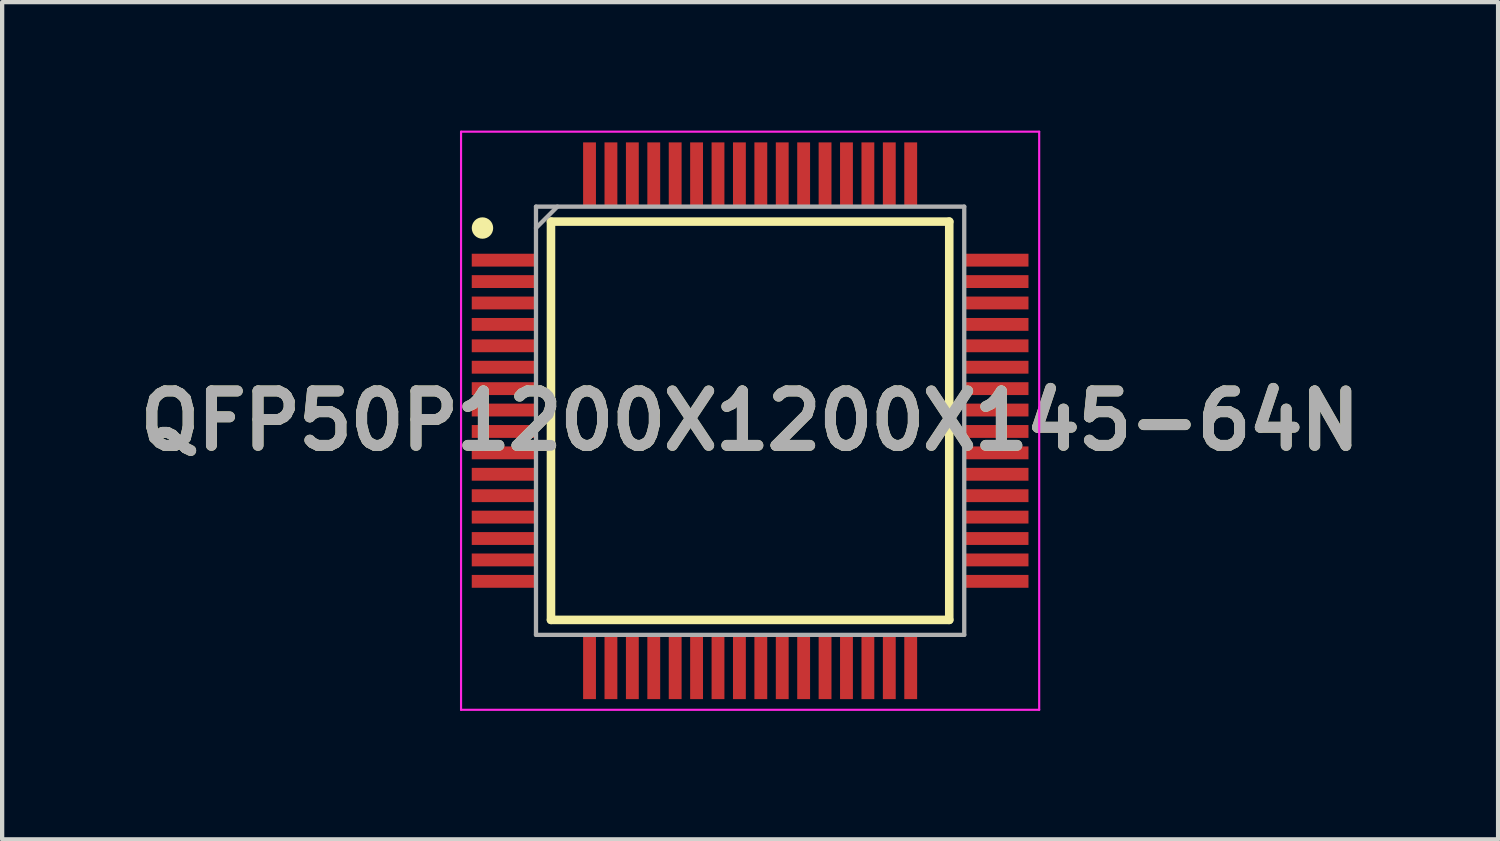
<source format=kicad_pcb>
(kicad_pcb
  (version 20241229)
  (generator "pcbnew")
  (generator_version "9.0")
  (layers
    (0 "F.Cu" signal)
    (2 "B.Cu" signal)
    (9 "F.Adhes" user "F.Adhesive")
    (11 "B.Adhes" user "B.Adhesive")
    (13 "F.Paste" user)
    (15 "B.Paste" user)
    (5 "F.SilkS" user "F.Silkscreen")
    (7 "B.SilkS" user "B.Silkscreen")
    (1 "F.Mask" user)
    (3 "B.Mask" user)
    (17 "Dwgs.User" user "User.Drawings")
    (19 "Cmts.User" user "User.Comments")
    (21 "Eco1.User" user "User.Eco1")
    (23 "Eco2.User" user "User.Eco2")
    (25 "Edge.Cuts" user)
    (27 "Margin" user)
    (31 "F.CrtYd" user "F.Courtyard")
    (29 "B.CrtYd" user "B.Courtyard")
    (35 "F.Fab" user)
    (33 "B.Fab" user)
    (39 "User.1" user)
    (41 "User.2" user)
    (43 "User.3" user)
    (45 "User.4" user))
  (footprint "QFP50P1200X1200X145-64N"
    (layer "F.Cu")
    (at 14.466 6.775)
    (property "Reference" "QFP50P1200X1200X145-64N" (at 0 0 0) (layer "F.SilkS") (effects (font (size 1.27 1.27) (thickness 0.254))))
    (attr smd)
    (fp_line (start -4.65 -4.65) (end 4.65 -4.65) (stroke (width 0.2) (type solid)) (layer "F.SilkS"))
    (fp_line (start -4.65 4.65) (end -4.65 -4.65) (stroke (width 0.2) (type solid)) (layer "F.SilkS"))
    (fp_line (start 4.65 -4.65) (end 4.65 4.65) (stroke (width 0.2) (type solid)) (layer "F.SilkS"))
    (fp_line (start 4.65 4.65) (end -4.65 4.65) (stroke (width 0.2) (type solid)) (layer "F.SilkS"))
    (fp_circle (center -6.25 -4.5) (end -6.25 -4.375) (stroke (width 0.25) (type solid)) (fill no) (layer "F.SilkS"))
    (fp_line (start -6.75 -6.75) (end 6.75 -6.75) (stroke (width 0.05) (type solid)) (layer "F.CrtYd"))
    (fp_line (start -6.75 6.75) (end -6.75 -6.75) (stroke (width 0.05) (type solid)) (layer "F.CrtYd"))
    (fp_line (start 6.75 -6.75) (end 6.75 6.75) (stroke (width 0.05) (type solid)) (layer "F.CrtYd"))
    (fp_line (start 6.75 6.75) (end -6.75 6.75) (stroke (width 0.05) (type solid)) (layer "F.CrtYd"))
    (fp_line (start -5 -5) (end 5 -5) (stroke (width 0.1) (type solid)) (layer "F.Fab"))
    (fp_line (start -5 -4.5) (end -4.5 -5) (stroke (width 0.1) (type solid)) (layer "F.Fab"))
    (fp_line (start -5 5) (end -5 -5) (stroke (width 0.1) (type solid)) (layer "F.Fab"))
    (fp_line (start 5 -5) (end 5 5) (stroke (width 0.1) (type solid)) (layer "F.Fab"))
    (fp_line (start 5 5) (end -5 5) (stroke (width 0.1) (type solid)) (layer "F.Fab"))
    (fp_text user "${REFERENCE}" (at 0 0 0) (layer "F.Fab") (effects (font (size 1.27 1.27) (thickness 0.254))))
    (pad "1" smd rect (at -5.75 -3.75 90) (size 0.3 1.5) (layers "F.Cu" "F.Mask" "F.Paste"))
    (pad "2" smd rect (at -5.75 -3.25 90) (size 0.3 1.5) (layers "F.Cu" "F.Mask" "F.Paste"))
    (pad "3" smd rect (at -5.75 -2.75 90) (size 0.3 1.5) (layers "F.Cu" "F.Mask" "F.Paste"))
    (pad "4" smd rect (at -5.75 -2.25 90) (size 0.3 1.5) (layers "F.Cu" "F.Mask" "F.Paste"))
    (pad "5" smd rect (at -5.75 -1.75 90) (size 0.3 1.5) (layers "F.Cu" "F.Mask" "F.Paste"))
    (pad "6" smd rect (at -5.75 -1.25 90) (size 0.3 1.5) (layers "F.Cu" "F.Mask" "F.Paste"))
    (pad "7" smd rect (at -5.75 -0.75 90) (size 0.3 1.5) (layers "F.Cu" "F.Mask" "F.Paste"))
    (pad "8" smd rect (at -5.75 -0.25 90) (size 0.3 1.5) (layers "F.Cu" "F.Mask" "F.Paste"))
    (pad "9" smd rect (at -5.75 0.25 90) (size 0.3 1.5) (layers "F.Cu" "F.Mask" "F.Paste"))
    (pad "10" smd rect (at -5.75 0.75 90) (size 0.3 1.5) (layers "F.Cu" "F.Mask" "F.Paste"))
    (pad "11" smd rect (at -5.75 1.25 90) (size 0.3 1.5) (layers "F.Cu" "F.Mask" "F.Paste"))
    (pad "12" smd rect (at -5.75 1.75 90) (size 0.3 1.5) (layers "F.Cu" "F.Mask" "F.Paste"))
    (pad "13" smd rect (at -5.75 2.25 90) (size 0.3 1.5) (layers "F.Cu" "F.Mask" "F.Paste"))
    (pad "14" smd rect (at -5.75 2.75 90) (size 0.3 1.5) (layers "F.Cu" "F.Mask" "F.Paste"))
    (pad "15" smd rect (at -5.75 3.25 90) (size 0.3 1.5) (layers "F.Cu" "F.Mask" "F.Paste"))
    (pad "16" smd rect (at -5.75 3.75 90) (size 0.3 1.5) (layers "F.Cu" "F.Mask" "F.Paste"))
    (pad "17" smd rect (at -3.75 5.75) (size 0.3 1.5) (layers "F.Cu" "F.Mask" "F.Paste"))
    (pad "18" smd rect (at -3.25 5.75) (size 0.3 1.5) (layers "F.Cu" "F.Mask" "F.Paste"))
    (pad "19" smd rect (at -2.75 5.75) (size 0.3 1.5) (layers "F.Cu" "F.Mask" "F.Paste"))
    (pad "20" smd rect (at -2.25 5.75) (size 0.3 1.5) (layers "F.Cu" "F.Mask" "F.Paste"))
    (pad "21" smd rect (at -1.75 5.75) (size 0.3 1.5) (layers "F.Cu" "F.Mask" "F.Paste"))
    (pad "22" smd rect (at -1.25 5.75) (size 0.3 1.5) (layers "F.Cu" "F.Mask" "F.Paste"))
    (pad "23" smd rect (at -0.75 5.75) (size 0.3 1.5) (layers "F.Cu" "F.Mask" "F.Paste"))
    (pad "24" smd rect (at -0.25 5.75) (size 0.3 1.5) (layers "F.Cu" "F.Mask" "F.Paste"))
    (pad "25" smd rect (at 0.25 5.75) (size 0.3 1.5) (layers "F.Cu" "F.Mask" "F.Paste"))
    (pad "26" smd rect (at 0.75 5.75) (size 0.3 1.5) (layers "F.Cu" "F.Mask" "F.Paste"))
    (pad "27" smd rect (at 1.25 5.75) (size 0.3 1.5) (layers "F.Cu" "F.Mask" "F.Paste"))
    (pad "28" smd rect (at 1.75 5.75) (size 0.3 1.5) (layers "F.Cu" "F.Mask" "F.Paste"))
    (pad "29" smd rect (at 2.25 5.75) (size 0.3 1.5) (layers "F.Cu" "F.Mask" "F.Paste"))
    (pad "30" smd rect (at 2.75 5.75) (size 0.3 1.5) (layers "F.Cu" "F.Mask" "F.Paste"))
    (pad "31" smd rect (at 3.25 5.75) (size 0.3 1.5) (layers "F.Cu" "F.Mask" "F.Paste"))
    (pad "32" smd rect (at 3.75 5.75) (size 0.3 1.5) (layers "F.Cu" "F.Mask" "F.Paste"))
    (pad "33" smd rect (at 5.75 3.75 90) (size 0.3 1.5) (layers "F.Cu" "F.Mask" "F.Paste"))
    (pad "34" smd rect (at 5.75 3.25 90) (size 0.3 1.5) (layers "F.Cu" "F.Mask" "F.Paste"))
    (pad "35" smd rect (at 5.75 2.75 90) (size 0.3 1.5) (layers "F.Cu" "F.Mask" "F.Paste"))
    (pad "36" smd rect (at 5.75 2.25 90) (size 0.3 1.5) (layers "F.Cu" "F.Mask" "F.Paste"))
    (pad "37" smd rect (at 5.75 1.75 90) (size 0.3 1.5) (layers "F.Cu" "F.Mask" "F.Paste"))
    (pad "38" smd rect (at 5.75 1.25 90) (size 0.3 1.5) (layers "F.Cu" "F.Mask" "F.Paste"))
    (pad "39" smd rect (at 5.75 0.75 90) (size 0.3 1.5) (layers "F.Cu" "F.Mask" "F.Paste"))
    (pad "40" smd rect (at 5.75 0.25 90) (size 0.3 1.5) (layers "F.Cu" "F.Mask" "F.Paste"))
    (pad "41" smd rect (at 5.75 -0.25 90) (size 0.3 1.5) (layers "F.Cu" "F.Mask" "F.Paste"))
    (pad "42" smd rect (at 5.75 -0.75 90) (size 0.3 1.5) (layers "F.Cu" "F.Mask" "F.Paste"))
    (pad "43" smd rect (at 5.75 -1.25 90) (size 0.3 1.5) (layers "F.Cu" "F.Mask" "F.Paste"))
    (pad "44" smd rect (at 5.75 -1.75 90) (size 0.3 1.5) (layers "F.Cu" "F.Mask" "F.Paste"))
    (pad "45" smd rect (at 5.75 -2.25 90) (size 0.3 1.5) (layers "F.Cu" "F.Mask" "F.Paste"))
    (pad "46" smd rect (at 5.75 -2.75 90) (size 0.3 1.5) (layers "F.Cu" "F.Mask" "F.Paste"))
    (pad "47" smd rect (at 5.75 -3.25 90) (size 0.3 1.5) (layers "F.Cu" "F.Mask" "F.Paste"))
    (pad "48" smd rect (at 5.75 -3.75 90) (size 0.3 1.5) (layers "F.Cu" "F.Mask" "F.Paste"))
    (pad "49" smd rect (at 3.75 -5.75) (size 0.3 1.5) (layers "F.Cu" "F.Mask" "F.Paste"))
    (pad "50" smd rect (at 3.25 -5.75) (size 0.3 1.5) (layers "F.Cu" "F.Mask" "F.Paste"))
    (pad "51" smd rect (at 2.75 -5.75) (size 0.3 1.5) (layers "F.Cu" "F.Mask" "F.Paste"))
    (pad "52" smd rect (at 2.25 -5.75) (size 0.3 1.5) (layers "F.Cu" "F.Mask" "F.Paste"))
    (pad "53" smd rect (at 1.75 -5.75) (size 0.3 1.5) (layers "F.Cu" "F.Mask" "F.Paste"))
    (pad "54" smd rect (at 1.25 -5.75) (size 0.3 1.5) (layers "F.Cu" "F.Mask" "F.Paste"))
    (pad "55" smd rect (at 0.75 -5.75) (size 0.3 1.5) (layers "F.Cu" "F.Mask" "F.Paste"))
    (pad "56" smd rect (at 0.25 -5.75) (size 0.3 1.5) (layers "F.Cu" "F.Mask" "F.Paste"))
    (pad "57" smd rect (at -0.25 -5.75) (size 0.3 1.5) (layers "F.Cu" "F.Mask" "F.Paste"))
    (pad "58" smd rect (at -0.75 -5.75) (size 0.3 1.5) (layers "F.Cu" "F.Mask" "F.Paste"))
    (pad "59" smd rect (at -1.25 -5.75) (size 0.3 1.5) (layers "F.Cu" "F.Mask" "F.Paste"))
    (pad "60" smd rect (at -1.75 -5.75) (size 0.3 1.5) (layers "F.Cu" "F.Mask" "F.Paste"))
    (pad "61" smd rect (at -2.25 -5.75) (size 0.3 1.5) (layers "F.Cu" "F.Mask" "F.Paste"))
    (pad "62" smd rect (at -2.75 -5.75) (size 0.3 1.5) (layers "F.Cu" "F.Mask" "F.Paste"))
    (pad "63" smd rect (at -3.25 -5.75) (size 0.3 1.5) (layers "F.Cu" "F.Mask" "F.Paste"))
    (pad "64" smd rect (at -3.75 -5.75) (size 0.3 1.5) (layers "F.Cu" "F.Mask" "F.Paste")))
  (gr_rect
    (start -3 -3)
    (end 31.932 16.55)
    (stroke (width 0.1) (type default))
    (fill no)
    (layer "Edge.Cuts")))
</source>
